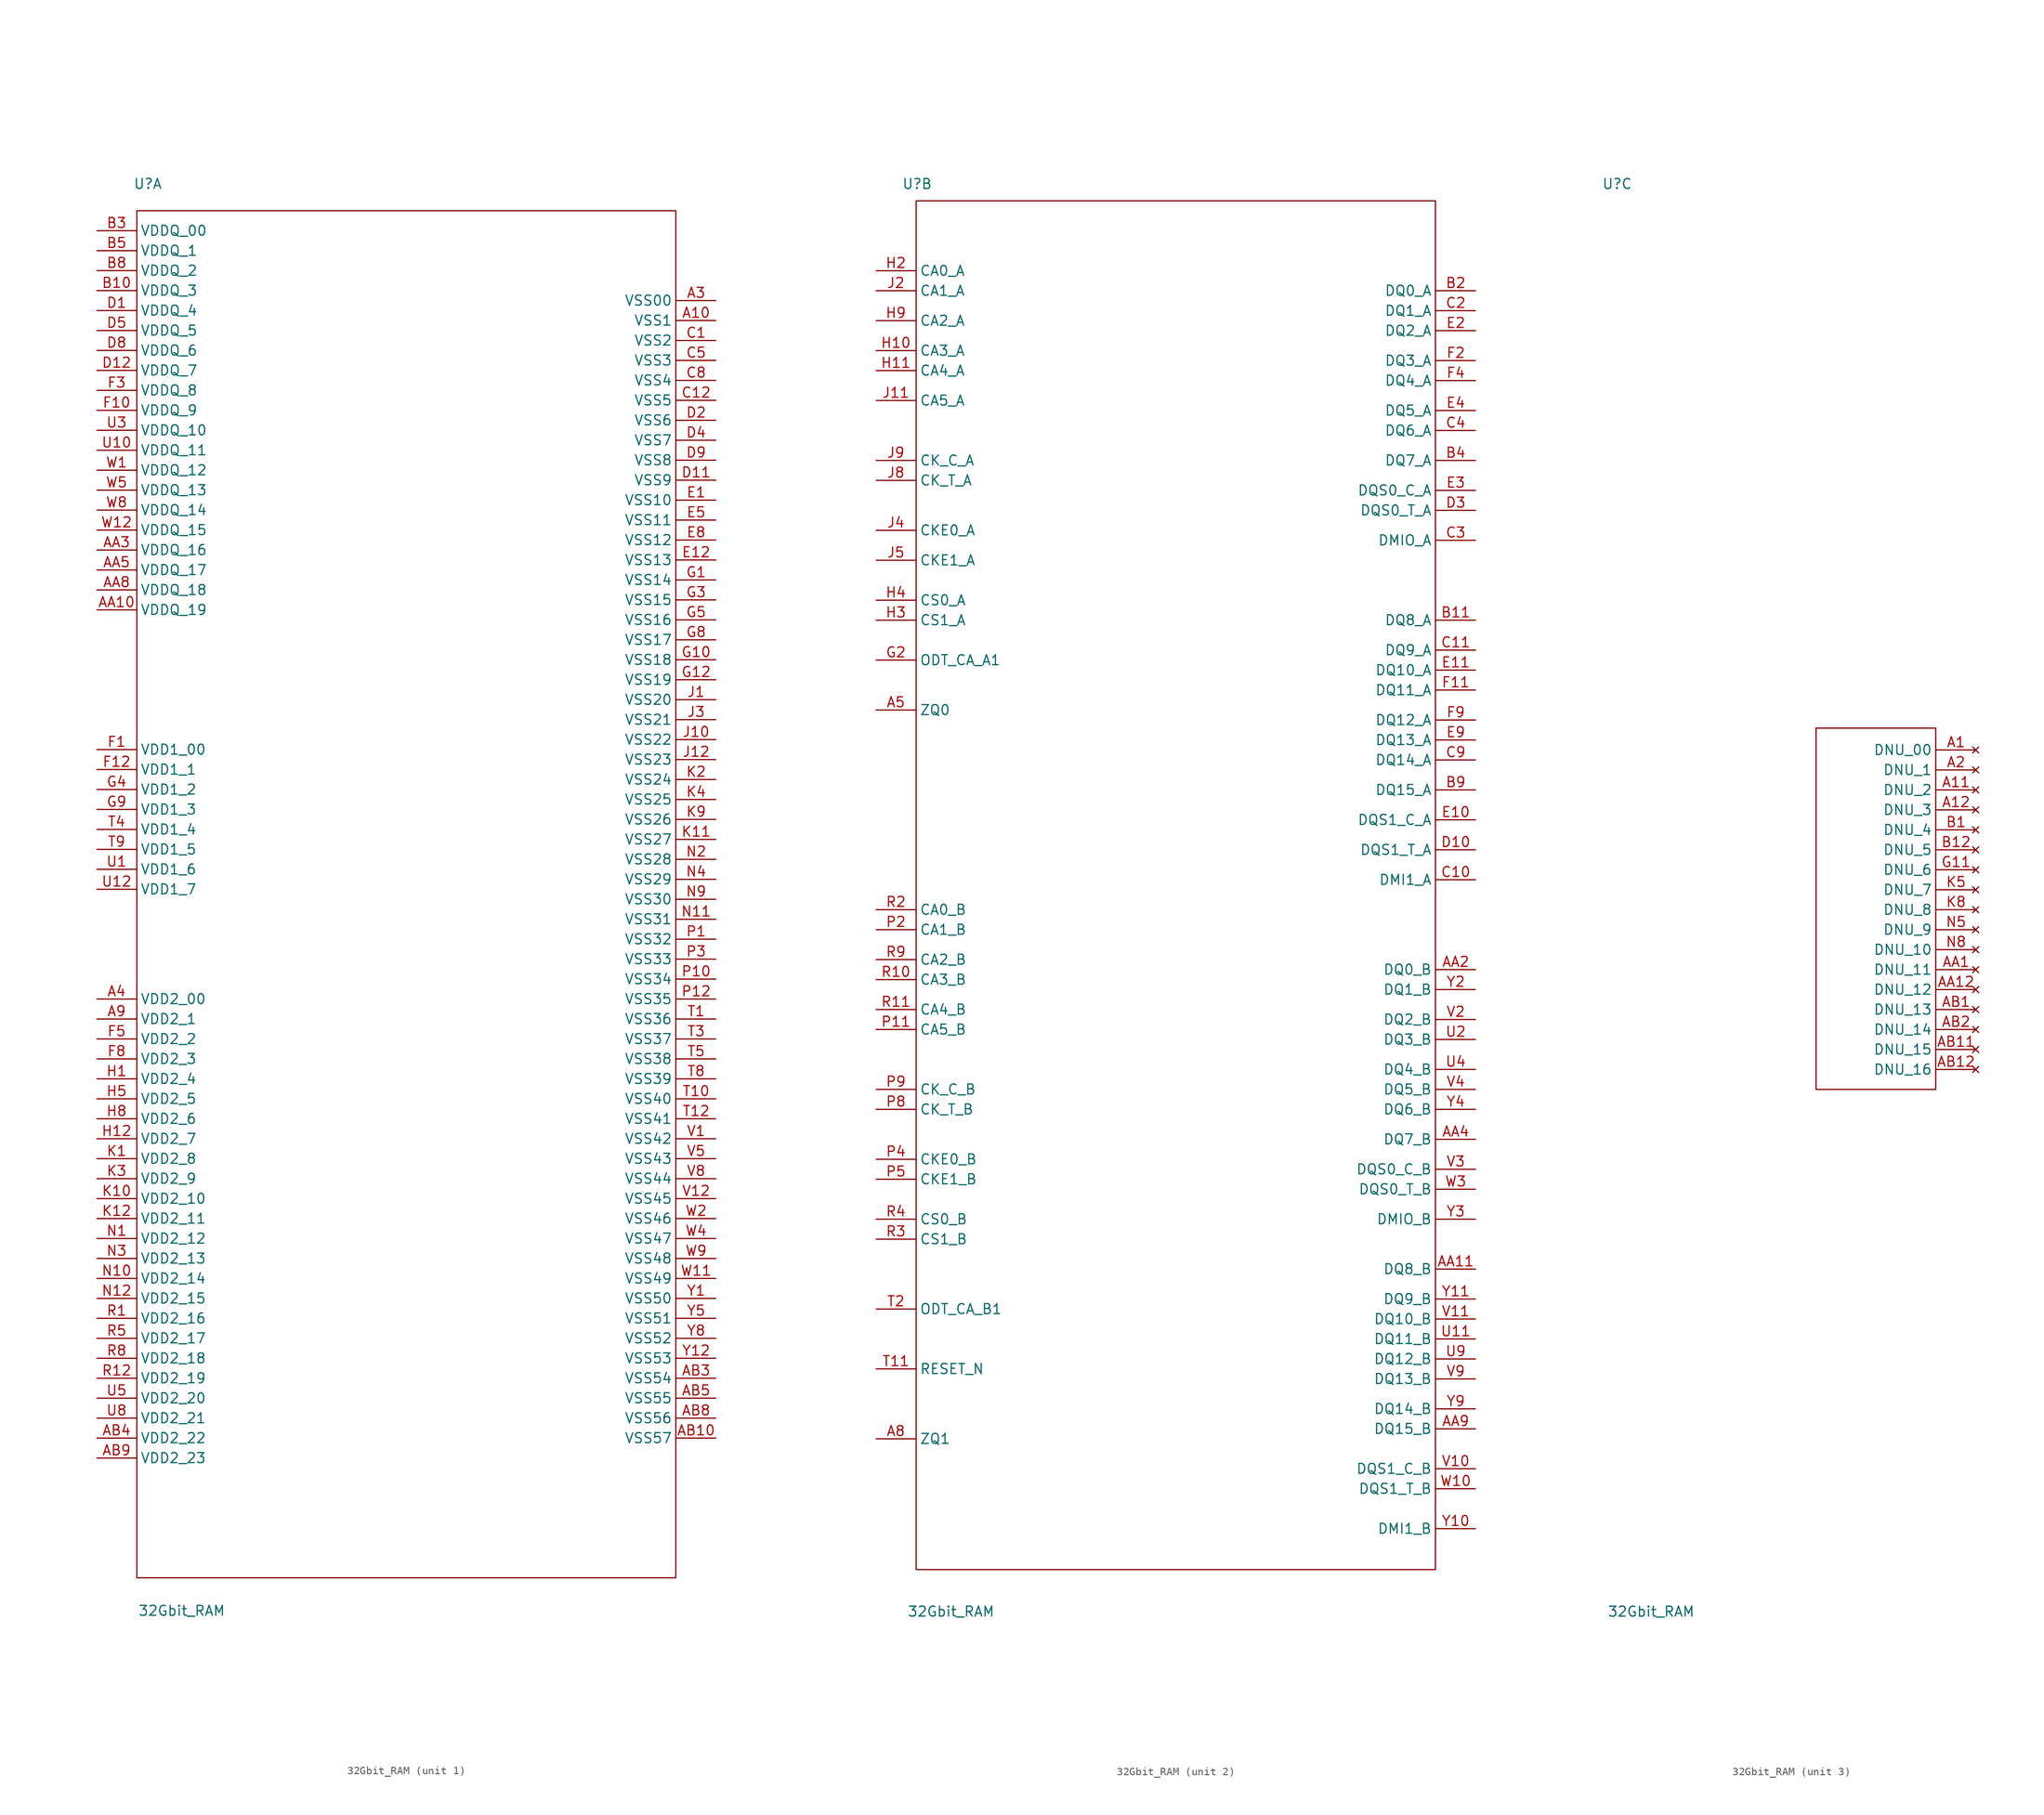
<source format=kicad_sym>
(kicad_symbol_lib
  (version 20201005)
  (generator kicad_symbol_editor)
  (symbol "BeagleV:32Gbit_RAM"
    (property "Reference" "U"
      (at -32.893 92.329 0)
      (effects (font (size 1.27 1.27))))
    (property "Value" "32Gbit_RAM"
      (at -28.575 -89.281 0)
      (effects (font (size 1.27 1.27))))
    (property "ki_locked" ""
      (at 0 0 0)
      (effects (font (size 1.27 1.27))))
    (symbol "32Gbit_RAM_1_1"
      (rectangle (start -34.29 88.9) (end 34.29 -85.09) (stroke (width 0.152)) (fill (type none)))
      (pin power_in line (at 39.37 74.93 180) (length 5) (name "VSS1" (effects (font (size 1.27 1.27)))) (number "A10" (effects (font (size 1.27 1.27)))))
      (pin power_in line (at 39.37 77.47 180) (length 5) (name "VSS00" (effects (font (size 1.27 1.27)))) (number "A3" (effects (font (size 1.27 1.27)))))
      (pin power_in line (at -39.37 -11.43 0) (length 5) (name "VDD2_00" (effects (font (size 1.27 1.27)))) (number "A4" (effects (font (size 1.27 1.27)))))
      (pin power_in line (at -39.37 -13.97 0) (length 5) (name "VDD2_1" (effects (font (size 1.27 1.27)))) (number "A9" (effects (font (size 1.27 1.27)))))
      (pin power_in line (at -39.37 38.1 0) (length 5) (name "VDDQ_19" (effects (font (size 1.27 1.27)))) (number "AA10" (effects (font (size 1.27 1.27)))))
      (pin power_in line (at -39.37 45.72 0) (length 5) (name "VDDQ_16" (effects (font (size 1.27 1.27)))) (number "AA3" (effects (font (size 1.27 1.27)))))
      (pin power_in line (at -39.37 43.18 0) (length 5) (name "VDDQ_17" (effects (font (size 1.27 1.27)))) (number "AA5" (effects (font (size 1.27 1.27)))))
      (pin power_in line (at -39.37 40.64 0) (length 5) (name "VDDQ_18" (effects (font (size 1.27 1.27)))) (number "AA8" (effects (font (size 1.27 1.27)))))
      (pin power_in line (at 39.37 -67.31 180) (length 5) (name "VSS57" (effects (font (size 1.27 1.27)))) (number "AB10" (effects (font (size 1.27 1.27)))))
      (pin power_in line (at 39.37 -59.69 180) (length 5) (name "VSS54" (effects (font (size 1.27 1.27)))) (number "AB3" (effects (font (size 1.27 1.27)))))
      (pin power_in line (at -39.37 -67.31 0) (length 5) (name "VDD2_22" (effects (font (size 1.27 1.27)))) (number "AB4" (effects (font (size 1.27 1.27)))))
      (pin power_in line (at 39.37 -62.23 180) (length 5) (name "VSS55" (effects (font (size 1.27 1.27)))) (number "AB5" (effects (font (size 1.27 1.27)))))
      (pin power_in line (at 39.37 -64.77 180) (length 5) (name "VSS56" (effects (font (size 1.27 1.27)))) (number "AB8" (effects (font (size 1.27 1.27)))))
      (pin power_in line (at -39.37 -69.85 0) (length 5) (name "VDD2_23" (effects (font (size 1.27 1.27)))) (number "AB9" (effects (font (size 1.27 1.27)))))
      (pin power_in line (at -39.37 78.74 0) (length 5) (name "VDDQ_3" (effects (font (size 1.27 1.27)))) (number "B10" (effects (font (size 1.27 1.27)))))
      (pin power_in line (at -39.37 86.36 0) (length 5) (name "VDDQ_00" (effects (font (size 1.27 1.27)))) (number "B3" (effects (font (size 1.27 1.27)))))
      (pin power_in line (at -39.37 83.82 0) (length 5) (name "VDDQ_1" (effects (font (size 1.27 1.27)))) (number "B5" (effects (font (size 1.27 1.27)))))
      (pin power_in line (at -39.37 81.28 0) (length 5) (name "VDDQ_2" (effects (font (size 1.27 1.27)))) (number "B8" (effects (font (size 1.27 1.27)))))
      (pin power_in line (at 39.37 72.39 180) (length 5) (name "VSS2" (effects (font (size 1.27 1.27)))) (number "C1" (effects (font (size 1.27 1.27)))))
      (pin power_in line (at 39.37 64.77 180) (length 5) (name "VSS5" (effects (font (size 1.27 1.27)))) (number "C12" (effects (font (size 1.27 1.27)))))
      (pin power_in line (at 39.37 69.85 180) (length 5) (name "VSS3" (effects (font (size 1.27 1.27)))) (number "C5" (effects (font (size 1.27 1.27)))))
      (pin power_in line (at 39.37 67.31 180) (length 5) (name "VSS4" (effects (font (size 1.27 1.27)))) (number "C8" (effects (font (size 1.27 1.27)))))
      (pin power_in line (at -39.37 76.2 0) (length 5) (name "VDDQ_4" (effects (font (size 1.27 1.27)))) (number "D1" (effects (font (size 1.27 1.27)))))
      (pin power_in line (at 39.37 54.61 180) (length 5) (name "VSS9" (effects (font (size 1.27 1.27)))) (number "D11" (effects (font (size 1.27 1.27)))))
      (pin power_in line (at -39.37 68.58 0) (length 5) (name "VDDQ_7" (effects (font (size 1.27 1.27)))) (number "D12" (effects (font (size 1.27 1.27)))))
      (pin power_in line (at 39.37 62.23 180) (length 5) (name "VSS6" (effects (font (size 1.27 1.27)))) (number "D2" (effects (font (size 1.27 1.27)))))
      (pin power_in line (at 39.37 59.69 180) (length 5) (name "VSS7" (effects (font (size 1.27 1.27)))) (number "D4" (effects (font (size 1.27 1.27)))))
      (pin power_in line (at -39.37 73.66 0) (length 5) (name "VDDQ_5" (effects (font (size 1.27 1.27)))) (number "D5" (effects (font (size 1.27 1.27)))))
      (pin power_in line (at -39.37 71.12 0) (length 5) (name "VDDQ_6" (effects (font (size 1.27 1.27)))) (number "D8" (effects (font (size 1.27 1.27)))))
      (pin power_in line (at 39.37 57.15 180) (length 5) (name "VSS8" (effects (font (size 1.27 1.27)))) (number "D9" (effects (font (size 1.27 1.27)))))
      (pin power_in line (at 39.37 52.07 180) (length 5) (name "VSS10" (effects (font (size 1.27 1.27)))) (number "E1" (effects (font (size 1.27 1.27)))))
      (pin power_in line (at 39.37 44.45 180) (length 5) (name "VSS13" (effects (font (size 1.27 1.27)))) (number "E12" (effects (font (size 1.27 1.27)))))
      (pin power_in line (at 39.37 49.53 180) (length 5) (name "VSS11" (effects (font (size 1.27 1.27)))) (number "E5" (effects (font (size 1.27 1.27)))))
      (pin power_in line (at 39.37 46.99 180) (length 5) (name "VSS12" (effects (font (size 1.27 1.27)))) (number "E8" (effects (font (size 1.27 1.27)))))
      (pin power_in line (at -39.37 20.32 0) (length 5) (name "VDD1_00" (effects (font (size 1.27 1.27)))) (number "F1" (effects (font (size 1.27 1.27)))))
      (pin power_in line (at -39.37 63.5 0) (length 5) (name "VDDQ_9" (effects (font (size 1.27 1.27)))) (number "F10" (effects (font (size 1.27 1.27)))))
      (pin power_in line (at -39.37 17.78 0) (length 5) (name "VDD1_1" (effects (font (size 1.27 1.27)))) (number "F12" (effects (font (size 1.27 1.27)))))
      (pin power_in line (at -39.37 66.04 0) (length 5) (name "VDDQ_8" (effects (font (size 1.27 1.27)))) (number "F3" (effects (font (size 1.27 1.27)))))
      (pin power_in line (at -39.37 -16.51 0) (length 5) (name "VDD2_2" (effects (font (size 1.27 1.27)))) (number "F5" (effects (font (size 1.27 1.27)))))
      (pin power_in line (at -39.37 -19.05 0) (length 5) (name "VDD2_3" (effects (font (size 1.27 1.27)))) (number "F8" (effects (font (size 1.27 1.27)))))
      (pin power_in line (at 39.37 41.91 180) (length 5) (name "VSS14" (effects (font (size 1.27 1.27)))) (number "G1" (effects (font (size 1.27 1.27)))))
      (pin power_in line (at 39.37 31.75 180) (length 5) (name "VSS18" (effects (font (size 1.27 1.27)))) (number "G10" (effects (font (size 1.27 1.27)))))
      (pin power_in line (at 39.37 29.21 180) (length 5) (name "VSS19" (effects (font (size 1.27 1.27)))) (number "G12" (effects (font (size 1.27 1.27)))))
      (pin power_in line (at 39.37 39.37 180) (length 5) (name "VSS15" (effects (font (size 1.27 1.27)))) (number "G3" (effects (font (size 1.27 1.27)))))
      (pin power_in line (at -39.37 15.24 0) (length 5) (name "VDD1_2" (effects (font (size 1.27 1.27)))) (number "G4" (effects (font (size 1.27 1.27)))))
      (pin power_in line (at 39.37 36.83 180) (length 5) (name "VSS16" (effects (font (size 1.27 1.27)))) (number "G5" (effects (font (size 1.27 1.27)))))
      (pin power_in line (at 39.37 34.29 180) (length 5) (name "VSS17" (effects (font (size 1.27 1.27)))) (number "G8" (effects (font (size 1.27 1.27)))))
      (pin power_in line (at -39.37 12.7 0) (length 5) (name "VDD1_3" (effects (font (size 1.27 1.27)))) (number "G9" (effects (font (size 1.27 1.27)))))
      (pin power_in line (at -39.37 -21.59 0) (length 5) (name "VDD2_4" (effects (font (size 1.27 1.27)))) (number "H1" (effects (font (size 1.27 1.27)))))
      (pin power_in line (at -39.37 -29.21 0) (length 5) (name "VDD2_7" (effects (font (size 1.27 1.27)))) (number "H12" (effects (font (size 1.27 1.27)))))
      (pin power_in line (at -39.37 -24.13 0) (length 5) (name "VDD2_5" (effects (font (size 1.27 1.27)))) (number "H5" (effects (font (size 1.27 1.27)))))
      (pin power_in line (at -39.37 -26.67 0) (length 5) (name "VDD2_6" (effects (font (size 1.27 1.27)))) (number "H8" (effects (font (size 1.27 1.27)))))
      (pin power_in line (at 39.37 26.67 180) (length 5) (name "VSS20" (effects (font (size 1.27 1.27)))) (number "J1" (effects (font (size 1.27 1.27)))))
      (pin power_in line (at 39.37 21.59 180) (length 5) (name "VSS22" (effects (font (size 1.27 1.27)))) (number "J10" (effects (font (size 1.27 1.27)))))
      (pin power_in line (at 39.37 19.05 180) (length 5) (name "VSS23" (effects (font (size 1.27 1.27)))) (number "J12" (effects (font (size 1.27 1.27)))))
      (pin power_in line (at 39.37 24.13 180) (length 5) (name "VSS21" (effects (font (size 1.27 1.27)))) (number "J3" (effects (font (size 1.27 1.27)))))
      (pin power_in line (at -39.37 -31.75 0) (length 5) (name "VDD2_8" (effects (font (size 1.27 1.27)))) (number "K1" (effects (font (size 1.27 1.27)))))
      (pin power_in line (at -39.37 -36.83 0) (length 5) (name "VDD2_10" (effects (font (size 1.27 1.27)))) (number "K10" (effects (font (size 1.27 1.27)))))
      (pin power_in line (at 39.37 8.89 180) (length 5) (name "VSS27" (effects (font (size 1.27 1.27)))) (number "K11" (effects (font (size 1.27 1.27)))))
      (pin power_in line (at -39.37 -39.37 0) (length 5) (name "VDD2_11" (effects (font (size 1.27 1.27)))) (number "K12" (effects (font (size 1.27 1.27)))))
      (pin power_in line (at 39.37 16.51 180) (length 5) (name "VSS24" (effects (font (size 1.27 1.27)))) (number "K2" (effects (font (size 1.27 1.27)))))
      (pin power_in line (at -39.37 -34.29 0) (length 5) (name "VDD2_9" (effects (font (size 1.27 1.27)))) (number "K3" (effects (font (size 1.27 1.27)))))
      (pin power_in line (at 39.37 13.97 180) (length 5) (name "VSS25" (effects (font (size 1.27 1.27)))) (number "K4" (effects (font (size 1.27 1.27)))))
      (pin power_in line (at 39.37 11.43 180) (length 5) (name "VSS26" (effects (font (size 1.27 1.27)))) (number "K9" (effects (font (size 1.27 1.27)))))
      (pin power_in line (at -39.37 -41.91 0) (length 5) (name "VDD2_12" (effects (font (size 1.27 1.27)))) (number "N1" (effects (font (size 1.27 1.27)))))
      (pin power_in line (at -39.37 -46.99 0) (length 5) (name "VDD2_14" (effects (font (size 1.27 1.27)))) (number "N10" (effects (font (size 1.27 1.27)))))
      (pin power_in line (at 39.37 -1.27 180) (length 5) (name "VSS31" (effects (font (size 1.27 1.27)))) (number "N11" (effects (font (size 1.27 1.27)))))
      (pin power_in line (at -39.37 -49.53 0) (length 5) (name "VDD2_15" (effects (font (size 1.27 1.27)))) (number "N12" (effects (font (size 1.27 1.27)))))
      (pin power_in line (at 39.37 6.35 180) (length 5) (name "VSS28" (effects (font (size 1.27 1.27)))) (number "N2" (effects (font (size 1.27 1.27)))))
      (pin power_in line (at -39.37 -44.45 0) (length 5) (name "VDD2_13" (effects (font (size 1.27 1.27)))) (number "N3" (effects (font (size 1.27 1.27)))))
      (pin power_in line (at 39.37 3.81 180) (length 5) (name "VSS29" (effects (font (size 1.27 1.27)))) (number "N4" (effects (font (size 1.27 1.27)))))
      (pin power_in line (at 39.37 1.27 180) (length 5) (name "VSS30" (effects (font (size 1.27 1.27)))) (number "N9" (effects (font (size 1.27 1.27)))))
      (pin power_in line (at 39.37 -3.81 180) (length 5) (name "VSS32" (effects (font (size 1.27 1.27)))) (number "P1" (effects (font (size 1.27 1.27)))))
      (pin power_in line (at 39.37 -8.89 180) (length 5) (name "VSS34" (effects (font (size 1.27 1.27)))) (number "P10" (effects (font (size 1.27 1.27)))))
      (pin power_in line (at 39.37 -11.43 180) (length 5) (name "VSS35" (effects (font (size 1.27 1.27)))) (number "P12" (effects (font (size 1.27 1.27)))))
      (pin power_in line (at 39.37 -6.35 180) (length 5) (name "VSS33" (effects (font (size 1.27 1.27)))) (number "P3" (effects (font (size 1.27 1.27)))))
      (pin power_in line (at -39.37 -52.07 0) (length 5) (name "VDD2_16" (effects (font (size 1.27 1.27)))) (number "R1" (effects (font (size 1.27 1.27)))))
      (pin power_in line (at -39.37 -59.69 0) (length 5) (name "VDD2_19" (effects (font (size 1.27 1.27)))) (number "R12" (effects (font (size 1.27 1.27)))))
      (pin power_in line (at -39.37 -54.61 0) (length 5) (name "VDD2_17" (effects (font (size 1.27 1.27)))) (number "R5" (effects (font (size 1.27 1.27)))))
      (pin power_in line (at -39.37 -57.15 0) (length 5) (name "VDD2_18" (effects (font (size 1.27 1.27)))) (number "R8" (effects (font (size 1.27 1.27)))))
      (pin power_in line (at 39.37 -13.97 180) (length 5) (name "VSS36" (effects (font (size 1.27 1.27)))) (number "T1" (effects (font (size 1.27 1.27)))))
      (pin power_in line (at 39.37 -24.13 180) (length 5) (name "VSS40" (effects (font (size 1.27 1.27)))) (number "T10" (effects (font (size 1.27 1.27)))))
      (pin power_in line (at 39.37 -26.67 180) (length 5) (name "VSS41" (effects (font (size 1.27 1.27)))) (number "T12" (effects (font (size 1.27 1.27)))))
      (pin power_in line (at 39.37 -16.51 180) (length 5) (name "VSS37" (effects (font (size 1.27 1.27)))) (number "T3" (effects (font (size 1.27 1.27)))))
      (pin power_in line (at -39.37 10.16 0) (length 5) (name "VDD1_4" (effects (font (size 1.27 1.27)))) (number "T4" (effects (font (size 1.27 1.27)))))
      (pin power_in line (at 39.37 -19.05 180) (length 5) (name "VSS38" (effects (font (size 1.27 1.27)))) (number "T5" (effects (font (size 1.27 1.27)))))
      (pin power_in line (at 39.37 -21.59 180) (length 5) (name "VSS39" (effects (font (size 1.27 1.27)))) (number "T8" (effects (font (size 1.27 1.27)))))
      (pin power_in line (at -39.37 7.62 0) (length 5) (name "VDD1_5" (effects (font (size 1.27 1.27)))) (number "T9" (effects (font (size 1.27 1.27)))))
      (pin power_in line (at -39.37 5.08 0) (length 5) (name "VDD1_6" (effects (font (size 1.27 1.27)))) (number "U1" (effects (font (size 1.27 1.27)))))
      (pin power_in line (at -39.37 58.42 0) (length 5) (name "VDDQ_11" (effects (font (size 1.27 1.27)))) (number "U10" (effects (font (size 1.27 1.27)))))
      (pin power_in line (at -39.37 2.54 0) (length 5) (name "VDD1_7" (effects (font (size 1.27 1.27)))) (number "U12" (effects (font (size 1.27 1.27)))))
      (pin power_in line (at -39.37 60.96 0) (length 5) (name "VDDQ_10" (effects (font (size 1.27 1.27)))) (number "U3" (effects (font (size 1.27 1.27)))))
      (pin power_in line (at -39.37 -62.23 0) (length 5) (name "VDD2_20" (effects (font (size 1.27 1.27)))) (number "U5" (effects (font (size 1.27 1.27)))))
      (pin power_in line (at -39.37 -64.77 0) (length 5) (name "VDD2_21" (effects (font (size 1.27 1.27)))) (number "U8" (effects (font (size 1.27 1.27)))))
      (pin power_in line (at 39.37 -29.21 180) (length 5) (name "VSS42" (effects (font (size 1.27 1.27)))) (number "V1" (effects (font (size 1.27 1.27)))))
      (pin power_in line (at 39.37 -36.83 180) (length 5) (name "VSS45" (effects (font (size 1.27 1.27)))) (number "V12" (effects (font (size 1.27 1.27)))))
      (pin power_in line (at 39.37 -31.75 180) (length 5) (name "VSS43" (effects (font (size 1.27 1.27)))) (number "V5" (effects (font (size 1.27 1.27)))))
      (pin power_in line (at 39.37 -34.29 180) (length 5) (name "VSS44" (effects (font (size 1.27 1.27)))) (number "V8" (effects (font (size 1.27 1.27)))))
      (pin power_in line (at -39.37 55.88 0) (length 5) (name "VDDQ_12" (effects (font (size 1.27 1.27)))) (number "W1" (effects (font (size 1.27 1.27)))))
      (pin power_in line (at 39.37 -46.99 180) (length 5) (name "VSS49" (effects (font (size 1.27 1.27)))) (number "W11" (effects (font (size 1.27 1.27)))))
      (pin power_in line (at -39.37 48.26 0) (length 5) (name "VDDQ_15" (effects (font (size 1.27 1.27)))) (number "W12" (effects (font (size 1.27 1.27)))))
      (pin power_in line (at 39.37 -39.37 180) (length 5) (name "VSS46" (effects (font (size 1.27 1.27)))) (number "W2" (effects (font (size 1.27 1.27)))))
      (pin power_in line (at 39.37 -41.91 180) (length 5) (name "VSS47" (effects (font (size 1.27 1.27)))) (number "W4" (effects (font (size 1.27 1.27)))))
      (pin power_in line (at -39.37 53.34 0) (length 5) (name "VDDQ_13" (effects (font (size 1.27 1.27)))) (number "W5" (effects (font (size 1.27 1.27)))))
      (pin power_in line (at -39.37 50.8 0) (length 5) (name "VDDQ_14" (effects (font (size 1.27 1.27)))) (number "W8" (effects (font (size 1.27 1.27)))))
      (pin power_in line (at 39.37 -44.45 180) (length 5) (name "VSS48" (effects (font (size 1.27 1.27)))) (number "W9" (effects (font (size 1.27 1.27)))))
      (pin power_in line (at 39.37 -49.53 180) (length 5) (name "VSS50" (effects (font (size 1.27 1.27)))) (number "Y1" (effects (font (size 1.27 1.27)))))
      (pin power_in line (at 39.37 -57.15 180) (length 5) (name "VSS53" (effects (font (size 1.27 1.27)))) (number "Y12" (effects (font (size 1.27 1.27)))))
      (pin power_in line (at 39.37 -52.07 180) (length 5) (name "VSS51" (effects (font (size 1.27 1.27)))) (number "Y5" (effects (font (size 1.27 1.27)))))
      (pin power_in line (at 39.37 -54.61 180) (length 5) (name "VSS52" (effects (font (size 1.27 1.27)))) (number "Y8" (effects (font (size 1.27 1.27))))))
    (symbol "32Gbit_RAM_2_1"
      (rectangle (start -33.02 90.17) (end 33.02 -83.947) (stroke (width 0.152)) (fill (type none)))
      (pin input line (at -38.1 25.4 0) (length 5) (name "ZQ0" (effects (font (size 1.27 1.27)))) (number "A5" (effects (font (size 1.27 1.27)))))
      (pin input line (at -38.1 -67.31 0) (length 5) (name "ZQ1" (effects (font (size 1.27 1.27)))) (number "A8" (effects (font (size 1.27 1.27)))))
      (pin input line (at 38.1 -45.72 180) (length 5) (name "DQ8_B" (effects (font (size 1.27 1.27)))) (number "AA11" (effects (font (size 1.27 1.27)))))
      (pin input line (at 38.1 -7.62 180) (length 5) (name "DQ0_B" (effects (font (size 1.27 1.27)))) (number "AA2" (effects (font (size 1.27 1.27)))))
      (pin input line (at 38.1 -29.21 180) (length 5) (name "DQ7_B" (effects (font (size 1.27 1.27)))) (number "AA4" (effects (font (size 1.27 1.27)))))
      (pin input line (at 38.1 -66.04 180) (length 5) (name "DQ15_B" (effects (font (size 1.27 1.27)))) (number "AA9" (effects (font (size 1.27 1.27)))))
      (pin input line (at 38.1 36.83 180) (length 5) (name "DQ8_A" (effects (font (size 1.27 1.27)))) (number "B11" (effects (font (size 1.27 1.27)))))
      (pin input line (at 38.1 78.74 180) (length 5) (name "DQ0_A" (effects (font (size 1.27 1.27)))) (number "B2" (effects (font (size 1.27 1.27)))))
      (pin input line (at 38.1 57.15 180) (length 5) (name "DQ7_A" (effects (font (size 1.27 1.27)))) (number "B4" (effects (font (size 1.27 1.27)))))
      (pin input line (at 38.1 15.24 180) (length 5) (name "DQ15_A" (effects (font (size 1.27 1.27)))) (number "B9" (effects (font (size 1.27 1.27)))))
      (pin input line (at 38.1 3.81 180) (length 5) (name "DMI1_A" (effects (font (size 1.27 1.27)))) (number "C10" (effects (font (size 1.27 1.27)))))
      (pin input line (at 38.1 33.02 180) (length 5) (name "DQ9_A" (effects (font (size 1.27 1.27)))) (number "C11" (effects (font (size 1.27 1.27)))))
      (pin input line (at 38.1 76.2 180) (length 5) (name "DQ1_A" (effects (font (size 1.27 1.27)))) (number "C2" (effects (font (size 1.27 1.27)))))
      (pin input line (at 38.1 46.99 180) (length 5) (name "DMIO_A" (effects (font (size 1.27 1.27)))) (number "C3" (effects (font (size 1.27 1.27)))))
      (pin input line (at 38.1 60.96 180) (length 5) (name "DQ6_A" (effects (font (size 1.27 1.27)))) (number "C4" (effects (font (size 1.27 1.27)))))
      (pin input line (at 38.1 19.05 180) (length 5) (name "DQ14_A" (effects (font (size 1.27 1.27)))) (number "C9" (effects (font (size 1.27 1.27)))))
      (pin input line (at 38.1 7.62 180) (length 5) (name "DQS1_T_A" (effects (font (size 1.27 1.27)))) (number "D10" (effects (font (size 1.27 1.27)))))
      (pin input line (at 38.1 50.8 180) (length 5) (name "DQS0_T_A" (effects (font (size 1.27 1.27)))) (number "D3" (effects (font (size 1.27 1.27)))))
      (pin input line (at 38.1 11.43 180) (length 5) (name "DQS1_C_A" (effects (font (size 1.27 1.27)))) (number "E10" (effects (font (size 1.27 1.27)))))
      (pin input line (at 38.1 30.48 180) (length 5) (name "DQ10_A" (effects (font (size 1.27 1.27)))) (number "E11" (effects (font (size 1.27 1.27)))))
      (pin input line (at 38.1 73.66 180) (length 5) (name "DQ2_A" (effects (font (size 1.27 1.27)))) (number "E2" (effects (font (size 1.27 1.27)))))
      (pin input line (at 38.1 53.34 180) (length 5) (name "DQS0_C_A" (effects (font (size 1.27 1.27)))) (number "E3" (effects (font (size 1.27 1.27)))))
      (pin input line (at 38.1 63.5 180) (length 5) (name "DQ5_A" (effects (font (size 1.27 1.27)))) (number "E4" (effects (font (size 1.27 1.27)))))
      (pin input line (at 38.1 21.59 180) (length 5) (name "DQ13_A" (effects (font (size 1.27 1.27)))) (number "E9" (effects (font (size 1.27 1.27)))))
      (pin input line (at 38.1 27.94 180) (length 5) (name "DQ11_A" (effects (font (size 1.27 1.27)))) (number "F11" (effects (font (size 1.27 1.27)))))
      (pin input line (at 38.1 69.85 180) (length 5) (name "DQ3_A" (effects (font (size 1.27 1.27)))) (number "F2" (effects (font (size 1.27 1.27)))))
      (pin input line (at 38.1 67.31 180) (length 5) (name "DQ4_A" (effects (font (size 1.27 1.27)))) (number "F4" (effects (font (size 1.27 1.27)))))
      (pin input line (at 38.1 24.13 180) (length 5) (name "DQ12_A" (effects (font (size 1.27 1.27)))) (number "F9" (effects (font (size 1.27 1.27)))))
      (pin input line (at -38.1 31.75 0) (length 5) (name "ODT_CA_A1" (effects (font (size 1.27 1.27)))) (number "G2" (effects (font (size 1.27 1.27)))))
      (pin input line (at -38.1 71.12 0) (length 5) (name "CA3_A" (effects (font (size 1.27 1.27)))) (number "H10" (effects (font (size 1.27 1.27)))))
      (pin input line (at -38.1 68.58 0) (length 5) (name "CA4_A" (effects (font (size 1.27 1.27)))) (number "H11" (effects (font (size 1.27 1.27)))))
      (pin input line (at -38.1 81.28 0) (length 5) (name "CA0_A" (effects (font (size 1.27 1.27)))) (number "H2" (effects (font (size 1.27 1.27)))))
      (pin input line (at -38.1 36.83 0) (length 5) (name "CS1_A" (effects (font (size 1.27 1.27)))) (number "H3" (effects (font (size 1.27 1.27)))))
      (pin input line (at -38.1 39.37 0) (length 5) (name "CS0_A" (effects (font (size 1.27 1.27)))) (number "H4" (effects (font (size 1.27 1.27)))))
      (pin input line (at -38.1 74.93 0) (length 5) (name "CA2_A" (effects (font (size 1.27 1.27)))) (number "H9" (effects (font (size 1.27 1.27)))))
      (pin input line (at -38.1 64.77 0) (length 5) (name "CA5_A" (effects (font (size 1.27 1.27)))) (number "J11" (effects (font (size 1.27 1.27)))))
      (pin input line (at -38.1 78.74 0) (length 5) (name "CA1_A" (effects (font (size 1.27 1.27)))) (number "J2" (effects (font (size 1.27 1.27)))))
      (pin input line (at -38.1 48.26 0) (length 5) (name "CKE0_A" (effects (font (size 1.27 1.27)))) (number "J4" (effects (font (size 1.27 1.27)))))
      (pin input line (at -38.1 44.45 0) (length 5) (name "CKE1_A" (effects (font (size 1.27 1.27)))) (number "J5" (effects (font (size 1.27 1.27)))))
      (pin input line (at -38.1 54.61 0) (length 5) (name "CK_T_A" (effects (font (size 1.27 1.27)))) (number "J8" (effects (font (size 1.27 1.27)))))
      (pin input line (at -38.1 57.15 0) (length 5) (name "CK_C_A" (effects (font (size 1.27 1.27)))) (number "J9" (effects (font (size 1.27 1.27)))))
      (pin input line (at -38.1 -15.24 0) (length 5) (name "CA5_B" (effects (font (size 1.27 1.27)))) (number "P11" (effects (font (size 1.27 1.27)))))
      (pin input line (at -38.1 -2.54 0) (length 5) (name "CA1_B" (effects (font (size 1.27 1.27)))) (number "P2" (effects (font (size 1.27 1.27)))))
      (pin input line (at -38.1 -31.75 0) (length 5) (name "CKE0_B" (effects (font (size 1.27 1.27)))) (number "P4" (effects (font (size 1.27 1.27)))))
      (pin input line (at -38.1 -34.29 0) (length 5) (name "CKE1_B" (effects (font (size 1.27 1.27)))) (number "P5" (effects (font (size 1.27 1.27)))))
      (pin input line (at -38.1 -25.4 0) (length 5) (name "CK_T_B" (effects (font (size 1.27 1.27)))) (number "P8" (effects (font (size 1.27 1.27)))))
      (pin input line (at -38.1 -22.86 0) (length 5) (name "CK_C_B" (effects (font (size 1.27 1.27)))) (number "P9" (effects (font (size 1.27 1.27)))))
      (pin input line (at -38.1 -8.89 0) (length 5) (name "CA3_B" (effects (font (size 1.27 1.27)))) (number "R10" (effects (font (size 1.27 1.27)))))
      (pin input line (at -38.1 -12.7 0) (length 5) (name "CA4_B" (effects (font (size 1.27 1.27)))) (number "R11" (effects (font (size 1.27 1.27)))))
      (pin input line (at -38.1 0 0) (length 5) (name "CA0_B" (effects (font (size 1.27 1.27)))) (number "R2" (effects (font (size 1.27 1.27)))))
      (pin input line (at -38.1 -41.91 0) (length 5) (name "CS1_B" (effects (font (size 1.27 1.27)))) (number "R3" (effects (font (size 1.27 1.27)))))
      (pin input line (at -38.1 -39.37 0) (length 5) (name "CS0_B" (effects (font (size 1.27 1.27)))) (number "R4" (effects (font (size 1.27 1.27)))))
      (pin input line (at -38.1 -6.35 0) (length 5) (name "CA2_B" (effects (font (size 1.27 1.27)))) (number "R9" (effects (font (size 1.27 1.27)))))
      (pin input line (at -38.1 -58.42 0) (length 5) (name "RESET_N" (effects (font (size 1.27 1.27)))) (number "T11" (effects (font (size 1.27 1.27)))))
      (pin input line (at -38.1 -50.8 0) (length 5) (name "ODT_CA_B1" (effects (font (size 1.27 1.27)))) (number "T2" (effects (font (size 1.27 1.27)))))
      (pin input line (at 38.1 -54.61 180) (length 5) (name "DQ11_B" (effects (font (size 1.27 1.27)))) (number "U11" (effects (font (size 1.27 1.27)))))
      (pin input line (at 38.1 -16.51 180) (length 5) (name "DQ3_B" (effects (font (size 1.27 1.27)))) (number "U2" (effects (font (size 1.27 1.27)))))
      (pin input line (at 38.1 -20.32 180) (length 5) (name "DQ4_B" (effects (font (size 1.27 1.27)))) (number "U4" (effects (font (size 1.27 1.27)))))
      (pin input line (at 38.1 -57.15 180) (length 5) (name "DQ12_B" (effects (font (size 1.27 1.27)))) (number "U9" (effects (font (size 1.27 1.27)))))
      (pin input line (at 38.1 -71.12 180) (length 5) (name "DQS1_C_B" (effects (font (size 1.27 1.27)))) (number "V10" (effects (font (size 1.27 1.27)))))
      (pin input line (at 38.1 -52.07 180) (length 5) (name "DQ10_B" (effects (font (size 1.27 1.27)))) (number "V11" (effects (font (size 1.27 1.27)))))
      (pin input line (at 38.1 -13.97 180) (length 5) (name "DQ2_B" (effects (font (size 1.27 1.27)))) (number "V2" (effects (font (size 1.27 1.27)))))
      (pin input line (at 38.1 -33.02 180) (length 5) (name "DQS0_C_B" (effects (font (size 1.27 1.27)))) (number "V3" (effects (font (size 1.27 1.27)))))
      (pin input line (at 38.1 -22.86 180) (length 5) (name "DQ5_B" (effects (font (size 1.27 1.27)))) (number "V4" (effects (font (size 1.27 1.27)))))
      (pin input line (at 38.1 -59.69 180) (length 5) (name "DQ13_B" (effects (font (size 1.27 1.27)))) (number "V9" (effects (font (size 1.27 1.27)))))
      (pin input line (at 38.1 -73.66 180) (length 5) (name "DQS1_T_B" (effects (font (size 1.27 1.27)))) (number "W10" (effects (font (size 1.27 1.27)))))
      (pin input line (at 38.1 -35.56 180) (length 5) (name "DQS0_T_B" (effects (font (size 1.27 1.27)))) (number "W3" (effects (font (size 1.27 1.27)))))
      (pin input line (at 38.1 -78.74 180) (length 5) (name "DMI1_B" (effects (font (size 1.27 1.27)))) (number "Y10" (effects (font (size 1.27 1.27)))))
      (pin input line (at 38.1 -49.53 180) (length 5) (name "DQ9_B" (effects (font (size 1.27 1.27)))) (number "Y11" (effects (font (size 1.27 1.27)))))
      (pin input line (at 38.1 -10.16 180) (length 5) (name "DQ1_B" (effects (font (size 1.27 1.27)))) (number "Y2" (effects (font (size 1.27 1.27)))))
      (pin input line (at 38.1 -39.37 180) (length 5) (name "DMIO_B" (effects (font (size 1.27 1.27)))) (number "Y3" (effects (font (size 1.27 1.27)))))
      (pin input line (at 38.1 -25.4 180) (length 5) (name "DQ6_B" (effects (font (size 1.27 1.27)))) (number "Y4" (effects (font (size 1.27 1.27)))))
      (pin input line (at 38.1 -63.5 180) (length 5) (name "DQ14_B" (effects (font (size 1.27 1.27)))) (number "Y9" (effects (font (size 1.27 1.27))))))
    (symbol "32Gbit_RAM_3_1"
      (rectangle (start -7.6 23.1) (end 7.62 -22.86) (stroke (width 0.152)) (fill (type none)))
      (pin no_connect line (at 12.7 20.32 180) (length 5) (name "DNU_00" (effects (font (size 1.27 1.27)))) (number "A1" (effects (font (size 1.27 1.27)))))
      (pin no_connect line (at 12.7 15.24 180) (length 5) (name "DNU_2" (effects (font (size 1.27 1.27)))) (number "A11" (effects (font (size 1.27 1.27)))))
      (pin no_connect line (at 12.7 12.7 180) (length 5) (name "DNU_3" (effects (font (size 1.27 1.27)))) (number "A12" (effects (font (size 1.27 1.27)))))
      (pin no_connect line (at 12.7 17.78 180) (length 5) (name "DNU_1" (effects (font (size 1.27 1.27)))) (number "A2" (effects (font (size 1.27 1.27)))))
      (pin no_connect line (at 12.7 -7.62 180) (length 5) (name "DNU_11" (effects (font (size 1.27 1.27)))) (number "AA1" (effects (font (size 1.27 1.27)))))
      (pin no_connect line (at 12.7 -10.16 180) (length 5) (name "DNU_12" (effects (font (size 1.27 1.27)))) (number "AA12" (effects (font (size 1.27 1.27)))))
      (pin no_connect line (at 12.7 -12.7 180) (length 5) (name "DNU_13" (effects (font (size 1.27 1.27)))) (number "AB1" (effects (font (size 1.27 1.27)))))
      (pin no_connect line (at 12.7 -17.78 180) (length 5) (name "DNU_15" (effects (font (size 1.27 1.27)))) (number "AB11" (effects (font (size 1.27 1.27)))))
      (pin no_connect line (at 12.7 -20.32 180) (length 5) (name "DNU_16" (effects (font (size 1.27 1.27)))) (number "AB12" (effects (font (size 1.27 1.27)))))
      (pin no_connect line (at 12.7 -15.24 180) (length 5) (name "DNU_14" (effects (font (size 1.27 1.27)))) (number "AB2" (effects (font (size 1.27 1.27)))))
      (pin no_connect line (at 12.7 10.16 180) (length 5) (name "DNU_4" (effects (font (size 1.27 1.27)))) (number "B1" (effects (font (size 1.27 1.27)))))
      (pin no_connect line (at 12.7 7.62 180) (length 5) (name "DNU_5" (effects (font (size 1.27 1.27)))) (number "B12" (effects (font (size 1.27 1.27)))))
      (pin no_connect line (at 12.7 5.08 180) (length 5) (name "DNU_6" (effects (font (size 1.27 1.27)))) (number "G11" (effects (font (size 1.27 1.27)))))
      (pin no_connect line (at 12.7 2.54 180) (length 5) (name "DNU_7" (effects (font (size 1.27 1.27)))) (number "K5" (effects (font (size 1.27 1.27)))))
      (pin no_connect line (at 12.7 0 180) (length 5) (name "DNU_8" (effects (font (size 1.27 1.27)))) (number "K8" (effects (font (size 1.27 1.27)))))
      (pin no_connect line (at 12.7 -2.54 180) (length 5) (name "DNU_9" (effects (font (size 1.27 1.27)))) (number "N5" (effects (font (size 1.27 1.27)))))
      (pin no_connect line (at 12.7 -5.08 180) (length 5) (name "DNU_10" (effects (font (size 1.27 1.27)))) (number "N8" (effects (font (size 1.27 1.27))))))))
</source>
